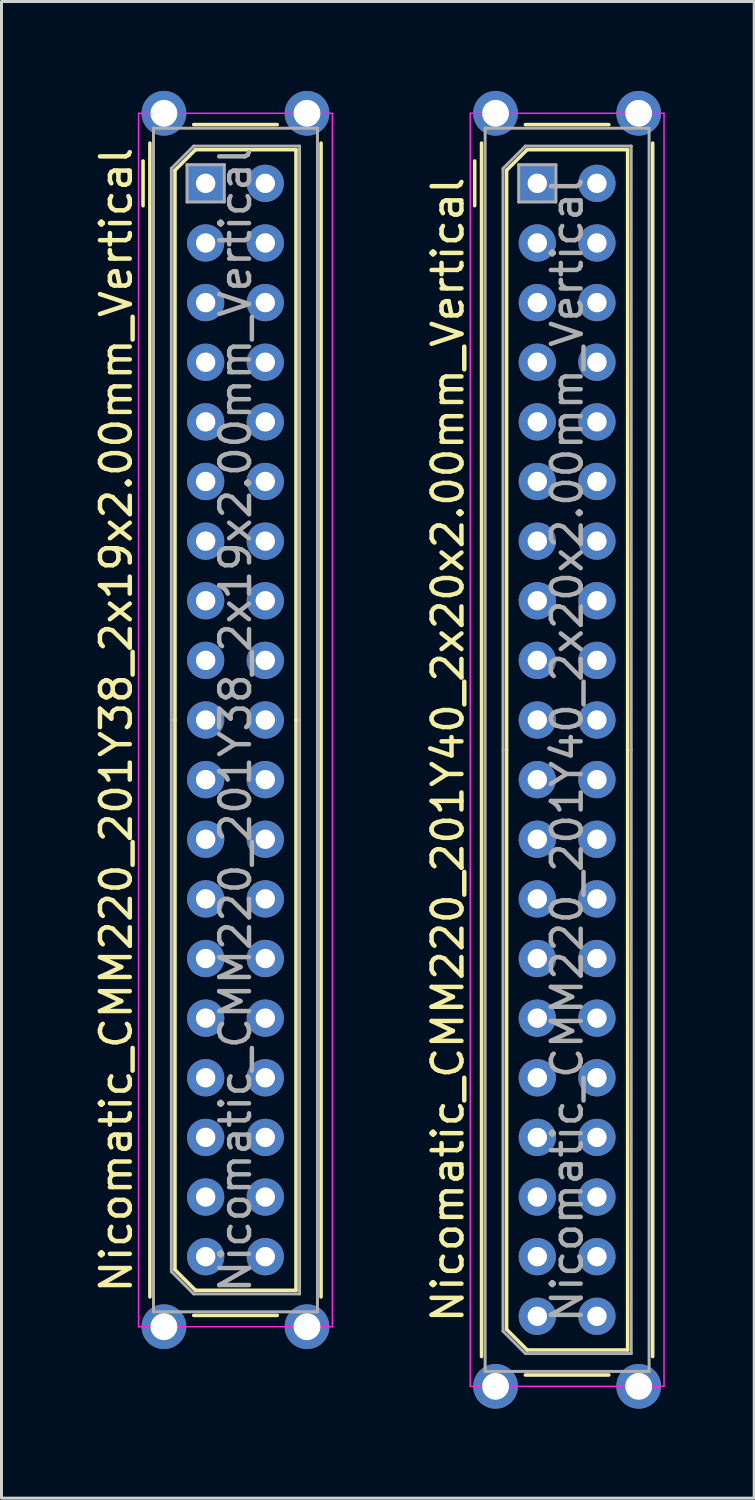
<source format=kicad_pcb>
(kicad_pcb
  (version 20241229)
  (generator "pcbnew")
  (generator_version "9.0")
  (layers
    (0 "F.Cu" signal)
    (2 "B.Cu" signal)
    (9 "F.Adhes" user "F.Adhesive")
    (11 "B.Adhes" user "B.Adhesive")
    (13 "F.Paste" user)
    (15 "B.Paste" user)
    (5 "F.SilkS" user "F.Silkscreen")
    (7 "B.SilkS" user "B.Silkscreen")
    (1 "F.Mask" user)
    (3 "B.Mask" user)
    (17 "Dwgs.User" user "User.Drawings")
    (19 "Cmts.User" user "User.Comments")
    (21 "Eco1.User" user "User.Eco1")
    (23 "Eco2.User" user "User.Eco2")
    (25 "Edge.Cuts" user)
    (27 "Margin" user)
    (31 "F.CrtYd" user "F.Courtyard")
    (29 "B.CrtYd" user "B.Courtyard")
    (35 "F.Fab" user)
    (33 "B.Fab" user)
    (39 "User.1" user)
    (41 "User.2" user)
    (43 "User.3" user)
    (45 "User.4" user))
  (footprint "Nicomatic_CMM220_201Y40_2x20x2.00mm_Vertical"
    (layer "F.Cu")
    (at 14.972 3.1)
    (property "Reference" "Nicomatic_CMM220_201Y40_2x20x2.00mm_Vertical" (at -3 19 90) (layer "F.SilkS") (effects (font (size 1 1) (thickness 0.15))))
    (attr through_hole)
    (fp_line (start -2.1 -0.75) (end -2.1 0.75) (stroke (width 0.12) (type solid)) (layer "F.SilkS"))
    (fp_line (start -1.87 39.35) (end -1.87 -1.35) (stroke (width 0.12) (type solid)) (layer "F.SilkS"))
    (fp_line (start -1.03 -0.44) (end -0.34 -1.13) (stroke (width 0.12) (type solid)) (layer "F.SilkS"))
    (fp_line (start -1.03 19) (end -1.03 -0.44) (stroke (width 0.12) (type solid)) (layer "F.SilkS"))
    (fp_line (start -1.03 19) (end -1.03 38.44) (stroke (width 0.12) (type solid)) (layer "F.SilkS"))
    (fp_line (start -1.03 38.44) (end -0.34 39.13) (stroke (width 0.12) (type solid)) (layer "F.SilkS"))
    (fp_line (start -0.4 -1.97) (end 2.4 -1.97) (stroke (width 0.12) (type solid)) (layer "F.SilkS"))
    (fp_line (start -0.4 39.97) (end 2.4 39.97) (stroke (width 0.12) (type solid)) (layer "F.SilkS"))
    (fp_line (start -0.34 -1.13) (end 3.03 -1.13) (stroke (width 0.12) (type solid)) (layer "F.SilkS"))
    (fp_line (start -0.34 39.13) (end 3.03 39.13) (stroke (width 0.12) (type solid)) (layer "F.SilkS"))
    (fp_line (start 3.03 -1.13) (end 3.03 19) (stroke (width 0.12) (type solid)) (layer "F.SilkS"))
    (fp_line (start 3.03 39.13) (end 3.03 19) (stroke (width 0.12) (type solid)) (layer "F.SilkS"))
    (fp_line (start 3.87 39.35) (end 3.87 -1.35) (stroke (width 0.12) (type solid)) (layer "F.SilkS"))
    (fp_line (start -2.25 -2.35) (end -2.25 40.35) (stroke (width 0.05) (type solid)) (layer "F.CrtYd"))
    (fp_line (start -2.25 40.35) (end 4.25 40.35) (stroke (width 0.05) (type solid)) (layer "F.CrtYd"))
    (fp_line (start 4.25 -2.35) (end -2.25 -2.35) (stroke (width 0.05) (type solid)) (layer "F.CrtYd"))
    (fp_line (start 4.25 40.35) (end 4.25 -2.35) (stroke (width 0.05) (type solid)) (layer "F.CrtYd"))
    (fp_line (start -1.75 -1.85) (end -1.75 39.85) (stroke (width 0.1) (type solid)) (layer "F.Fab"))
    (fp_line (start -1.75 39.85) (end 3.75 39.85) (stroke (width 0.1) (type solid)) (layer "F.Fab"))
    (fp_line (start -1.15 -0.5) (end -0.4 -1.25) (stroke (width 0.1) (type solid)) (layer "F.Fab"))
    (fp_line (start -1.15 19) (end -1.15 -0.5) (stroke (width 0.1) (type solid)) (layer "F.Fab"))
    (fp_line (start -1.15 19) (end -1.15 38.5) (stroke (width 0.1) (type solid)) (layer "F.Fab"))
    (fp_line (start -1.15 38.5) (end -0.4 39.25) (stroke (width 0.1) (type solid)) (layer "F.Fab"))
    (fp_line (start -0.625 -0.625) (end -0.625 0.625) (stroke (width 0.1) (type solid)) (layer "F.Fab"))
    (fp_line (start -0.625 0.625) (end 0.625 0.625) (stroke (width 0.1) (type solid)) (layer "F.Fab"))
    (fp_line (start -0.4 -1.25) (end 3.15 -1.25) (stroke (width 0.1) (type solid)) (layer "F.Fab"))
    (fp_line (start -0.4 39.25) (end 3.15 39.25) (stroke (width 0.1) (type solid)) (layer "F.Fab"))
    (fp_line (start 0.625 -0.625) (end -0.625 -0.625) (stroke (width 0.1) (type solid)) (layer "F.Fab"))
    (fp_line (start 0.625 0.625) (end 0.625 -0.625) (stroke (width 0.1) (type solid)) (layer "F.Fab"))
    (fp_line (start 3.15 -1.25) (end 3.15 19) (stroke (width 0.1) (type solid)) (layer "F.Fab"))
    (fp_line (start 3.15 39.25) (end 3.15 19) (stroke (width 0.1) (type solid)) (layer "F.Fab"))
    (fp_line (start 3.75 -1.85) (end -1.75 -1.85) (stroke (width 0.1) (type solid)) (layer "F.Fab"))
    (fp_line (start 3.75 39.85) (end 3.75 -1.85) (stroke (width 0.1) (type solid)) (layer "F.Fab"))
    (fp_text user "${REFERENCE}" (at 1 19 90) (layer "F.Fab") (effects (font (size 1 1) (thickness 0.15))))
    (pad "" thru_hole circle (at -1.4 -2.35) (size 1.5 1.5) (drill 0.9) (layers "*.Cu" "*.Mask"))
    (pad "" thru_hole circle (at -1.4 40.35) (size 1.5 1.5) (drill 0.9) (layers "*.Cu" "*.Mask"))
    (pad "" thru_hole circle (at 3.4 -2.35) (size 1.5 1.5) (drill 0.9) (layers "*.Cu" "*.Mask"))
    (pad "" thru_hole circle (at 3.4 40.35) (size 1.5 1.5) (drill 0.9) (layers "*.Cu" "*.Mask"))
    (pad "1" thru_hole rect (at 0 0) (size 1.25 1.25) (drill 0.65) (layers "*.Cu" "*.Mask"))
    (pad "2" thru_hole oval (at 0 2) (size 1.25 1.25) (drill 0.65) (layers "*.Cu" "*.Mask"))
    (pad "3" thru_hole oval (at 0 4) (size 1.25 1.25) (drill 0.65) (layers "*.Cu" "*.Mask"))
    (pad "4" thru_hole oval (at 0 6) (size 1.25 1.25) (drill 0.65) (layers "*.Cu" "*.Mask"))
    (pad "5" thru_hole oval (at 0 8) (size 1.25 1.25) (drill 0.65) (layers "*.Cu" "*.Mask"))
    (pad "6" thru_hole oval (at 0 10) (size 1.25 1.25) (drill 0.65) (layers "*.Cu" "*.Mask"))
    (pad "7" thru_hole oval (at 0 12) (size 1.25 1.25) (drill 0.65) (layers "*.Cu" "*.Mask"))
    (pad "8" thru_hole oval (at 0 14) (size 1.25 1.25) (drill 0.65) (layers "*.Cu" "*.Mask"))
    (pad "9" thru_hole oval (at 0 16) (size 1.25 1.25) (drill 0.65) (layers "*.Cu" "*.Mask"))
    (pad "10" thru_hole oval (at 0 18) (size 1.25 1.25) (drill 0.65) (layers "*.Cu" "*.Mask"))
    (pad "11" thru_hole oval (at 0 20) (size 1.25 1.25) (drill 0.65) (layers "*.Cu" "*.Mask"))
    (pad "12" thru_hole oval (at 0 22) (size 1.25 1.25) (drill 0.65) (layers "*.Cu" "*.Mask"))
    (pad "13" thru_hole oval (at 0 24) (size 1.25 1.25) (drill 0.65) (layers "*.Cu" "*.Mask"))
    (pad "14" thru_hole oval (at 0 26) (size 1.25 1.25) (drill 0.65) (layers "*.Cu" "*.Mask"))
    (pad "15" thru_hole oval (at 0 28) (size 1.25 1.25) (drill 0.65) (layers "*.Cu" "*.Mask"))
    (pad "16" thru_hole oval (at 0 30) (size 1.25 1.25) (drill 0.65) (layers "*.Cu" "*.Mask"))
    (pad "17" thru_hole oval (at 0 32) (size 1.25 1.25) (drill 0.65) (layers "*.Cu" "*.Mask"))
    (pad "18" thru_hole oval (at 0 34) (size 1.25 1.25) (drill 0.65) (layers "*.Cu" "*.Mask"))
    (pad "19" thru_hole oval (at 0 36) (size 1.25 1.25) (drill 0.65) (layers "*.Cu" "*.Mask"))
    (pad "20" thru_hole oval (at 0 38) (size 1.25 1.25) (drill 0.65) (layers "*.Cu" "*.Mask"))
    (pad "21" thru_hole oval (at 2 0) (size 1.25 1.25) (drill 0.65) (layers "*.Cu" "*.Mask"))
    (pad "22" thru_hole oval (at 2 2) (size 1.25 1.25) (drill 0.65) (layers "*.Cu" "*.Mask"))
    (pad "23" thru_hole oval (at 2 4) (size 1.25 1.25) (drill 0.65) (layers "*.Cu" "*.Mask"))
    (pad "24" thru_hole oval (at 2 6) (size 1.25 1.25) (drill 0.65) (layers "*.Cu" "*.Mask"))
    (pad "25" thru_hole oval (at 2 8) (size 1.25 1.25) (drill 0.65) (layers "*.Cu" "*.Mask"))
    (pad "26" thru_hole oval (at 2 10) (size 1.25 1.25) (drill 0.65) (layers "*.Cu" "*.Mask"))
    (pad "27" thru_hole oval (at 2 12) (size 1.25 1.25) (drill 0.65) (layers "*.Cu" "*.Mask"))
    (pad "28" thru_hole oval (at 2 14) (size 1.25 1.25) (drill 0.65) (layers "*.Cu" "*.Mask"))
    (pad "29" thru_hole oval (at 2 16) (size 1.25 1.25) (drill 0.65) (layers "*.Cu" "*.Mask"))
    (pad "30" thru_hole oval (at 2 18) (size 1.25 1.25) (drill 0.65) (layers "*.Cu" "*.Mask"))
    (pad "31" thru_hole oval (at 2 20) (size 1.25 1.25) (drill 0.65) (layers "*.Cu" "*.Mask"))
    (pad "32" thru_hole oval (at 2 22) (size 1.25 1.25) (drill 0.65) (layers "*.Cu" "*.Mask"))
    (pad "33" thru_hole oval (at 2 24) (size 1.25 1.25) (drill 0.65) (layers "*.Cu" "*.Mask"))
    (pad "34" thru_hole oval (at 2 26) (size 1.25 1.25) (drill 0.65) (layers "*.Cu" "*.Mask"))
    (pad "35" thru_hole oval (at 2 28) (size 1.25 1.25) (drill 0.65) (layers "*.Cu" "*.Mask"))
    (pad "36" thru_hole oval (at 2 30) (size 1.25 1.25) (drill 0.65) (layers "*.Cu" "*.Mask"))
    (pad "37" thru_hole oval (at 2 32) (size 1.25 1.25) (drill 0.65) (layers "*.Cu" "*.Mask"))
    (pad "38" thru_hole oval (at 2 34) (size 1.25 1.25) (drill 0.65) (layers "*.Cu" "*.Mask"))
    (pad "39" thru_hole oval (at 2 36) (size 1.25 1.25) (drill 0.65) (layers "*.Cu" "*.Mask"))
    (pad "40" thru_hole oval (at 2 38) (size 1.25 1.25) (drill 0.65) (layers "*.Cu" "*.Mask")))
  (footprint "Nicomatic_CMM220_201Y38_2x19x2.00mm_Vertical"
    (layer "F.Cu")
    (at 3.848 3.1)
    (property "Reference" "Nicomatic_CMM220_201Y38_2x19x2.00mm_Vertical" (at -3 18 90) (layer "F.SilkS") (effects (font (size 1 1) (thickness 0.15))))
    (attr through_hole)
    (fp_line (start -2.1 -0.75) (end -2.1 0.75) (stroke (width 0.12) (type solid)) (layer "F.SilkS"))
    (fp_line (start -1.87 37.35) (end -1.87 -1.35) (stroke (width 0.12) (type solid)) (layer "F.SilkS"))
    (fp_line (start -1.03 -0.44) (end -0.34 -1.13) (stroke (width 0.12) (type solid)) (layer "F.SilkS"))
    (fp_line (start -1.03 18) (end -1.03 -0.44) (stroke (width 0.12) (type solid)) (layer "F.SilkS"))
    (fp_line (start -1.03 18) (end -1.03 36.44) (stroke (width 0.12) (type solid)) (layer "F.SilkS"))
    (fp_line (start -1.03 36.44) (end -0.34 37.13) (stroke (width 0.12) (type solid)) (layer "F.SilkS"))
    (fp_line (start -0.4 -1.97) (end 2.4 -1.97) (stroke (width 0.12) (type solid)) (layer "F.SilkS"))
    (fp_line (start -0.4 37.97) (end 2.4 37.97) (stroke (width 0.12) (type solid)) (layer "F.SilkS"))
    (fp_line (start -0.34 -1.13) (end 3.03 -1.13) (stroke (width 0.12) (type solid)) (layer "F.SilkS"))
    (fp_line (start -0.34 37.13) (end 3.03 37.13) (stroke (width 0.12) (type solid)) (layer "F.SilkS"))
    (fp_line (start 3.03 -1.13) (end 3.03 18) (stroke (width 0.12) (type solid)) (layer "F.SilkS"))
    (fp_line (start 3.03 37.13) (end 3.03 18) (stroke (width 0.12) (type solid)) (layer "F.SilkS"))
    (fp_line (start 3.87 37.35) (end 3.87 -1.35) (stroke (width 0.12) (type solid)) (layer "F.SilkS"))
    (fp_line (start -2.25 -2.35) (end -2.25 38.35) (stroke (width 0.05) (type solid)) (layer "F.CrtYd"))
    (fp_line (start -2.25 38.35) (end 4.25 38.35) (stroke (width 0.05) (type solid)) (layer "F.CrtYd"))
    (fp_line (start 4.25 -2.35) (end -2.25 -2.35) (stroke (width 0.05) (type solid)) (layer "F.CrtYd"))
    (fp_line (start 4.25 38.35) (end 4.25 -2.35) (stroke (width 0.05) (type solid)) (layer "F.CrtYd"))
    (fp_line (start -1.75 -1.85) (end -1.75 37.85) (stroke (width 0.1) (type solid)) (layer "F.Fab"))
    (fp_line (start -1.75 37.85) (end 3.75 37.85) (stroke (width 0.1) (type solid)) (layer "F.Fab"))
    (fp_line (start -1.15 -0.5) (end -0.4 -1.25) (stroke (width 0.1) (type solid)) (layer "F.Fab"))
    (fp_line (start -1.15 18) (end -1.15 -0.5) (stroke (width 0.1) (type solid)) (layer "F.Fab"))
    (fp_line (start -1.15 18) (end -1.15 36.5) (stroke (width 0.1) (type solid)) (layer "F.Fab"))
    (fp_line (start -1.15 36.5) (end -0.4 37.25) (stroke (width 0.1) (type solid)) (layer "F.Fab"))
    (fp_line (start -0.625 -0.625) (end -0.625 0.625) (stroke (width 0.1) (type solid)) (layer "F.Fab"))
    (fp_line (start -0.625 0.625) (end 0.625 0.625) (stroke (width 0.1) (type solid)) (layer "F.Fab"))
    (fp_line (start -0.4 -1.25) (end 3.15 -1.25) (stroke (width 0.1) (type solid)) (layer "F.Fab"))
    (fp_line (start -0.4 37.25) (end 3.15 37.25) (stroke (width 0.1) (type solid)) (layer "F.Fab"))
    (fp_line (start 0.625 -0.625) (end -0.625 -0.625) (stroke (width 0.1) (type solid)) (layer "F.Fab"))
    (fp_line (start 0.625 0.625) (end 0.625 -0.625) (stroke (width 0.1) (type solid)) (layer "F.Fab"))
    (fp_line (start 3.15 -1.25) (end 3.15 18) (stroke (width 0.1) (type solid)) (layer "F.Fab"))
    (fp_line (start 3.15 37.25) (end 3.15 18) (stroke (width 0.1) (type solid)) (layer "F.Fab"))
    (fp_line (start 3.75 -1.85) (end -1.75 -1.85) (stroke (width 0.1) (type solid)) (layer "F.Fab"))
    (fp_line (start 3.75 37.85) (end 3.75 -1.85) (stroke (width 0.1) (type solid)) (layer "F.Fab"))
    (fp_text user "${REFERENCE}" (at 1 18 90) (layer "F.Fab") (effects (font (size 1 1) (thickness 0.15))))
    (pad "" thru_hole circle (at -1.4 -2.35) (size 1.5 1.5) (drill 0.9) (layers "*.Cu" "*.Mask"))
    (pad "" thru_hole circle (at -1.4 38.35) (size 1.5 1.5) (drill 0.9) (layers "*.Cu" "*.Mask"))
    (pad "" thru_hole circle (at 3.4 -2.35) (size 1.5 1.5) (drill 0.9) (layers "*.Cu" "*.Mask"))
    (pad "" thru_hole circle (at 3.4 38.35) (size 1.5 1.5) (drill 0.9) (layers "*.Cu" "*.Mask"))
    (pad "1" thru_hole rect (at 0 0) (size 1.25 1.25) (drill 0.65) (layers "*.Cu" "*.Mask"))
    (pad "2" thru_hole oval (at 0 2) (size 1.25 1.25) (drill 0.65) (layers "*.Cu" "*.Mask"))
    (pad "3" thru_hole oval (at 0 4) (size 1.25 1.25) (drill 0.65) (layers "*.Cu" "*.Mask"))
    (pad "4" thru_hole oval (at 0 6) (size 1.25 1.25) (drill 0.65) (layers "*.Cu" "*.Mask"))
    (pad "5" thru_hole oval (at 0 8) (size 1.25 1.25) (drill 0.65) (layers "*.Cu" "*.Mask"))
    (pad "6" thru_hole oval (at 0 10) (size 1.25 1.25) (drill 0.65) (layers "*.Cu" "*.Mask"))
    (pad "7" thru_hole oval (at 0 12) (size 1.25 1.25) (drill 0.65) (layers "*.Cu" "*.Mask"))
    (pad "8" thru_hole oval (at 0 14) (size 1.25 1.25) (drill 0.65) (layers "*.Cu" "*.Mask"))
    (pad "9" thru_hole oval (at 0 16) (size 1.25 1.25) (drill 0.65) (layers "*.Cu" "*.Mask"))
    (pad "10" thru_hole oval (at 0 18) (size 1.25 1.25) (drill 0.65) (layers "*.Cu" "*.Mask"))
    (pad "11" thru_hole oval (at 0 20) (size 1.25 1.25) (drill 0.65) (layers "*.Cu" "*.Mask"))
    (pad "12" thru_hole oval (at 0 22) (size 1.25 1.25) (drill 0.65) (layers "*.Cu" "*.Mask"))
    (pad "13" thru_hole oval (at 0 24) (size 1.25 1.25) (drill 0.65) (layers "*.Cu" "*.Mask"))
    (pad "14" thru_hole oval (at 0 26) (size 1.25 1.25) (drill 0.65) (layers "*.Cu" "*.Mask"))
    (pad "15" thru_hole oval (at 0 28) (size 1.25 1.25) (drill 0.65) (layers "*.Cu" "*.Mask"))
    (pad "16" thru_hole oval (at 0 30) (size 1.25 1.25) (drill 0.65) (layers "*.Cu" "*.Mask"))
    (pad "17" thru_hole oval (at 0 32) (size 1.25 1.25) (drill 0.65) (layers "*.Cu" "*.Mask"))
    (pad "18" thru_hole oval (at 0 34) (size 1.25 1.25) (drill 0.65) (layers "*.Cu" "*.Mask"))
    (pad "19" thru_hole oval (at 0 36) (size 1.25 1.25) (drill 0.65) (layers "*.Cu" "*.Mask"))
    (pad "20" thru_hole oval (at 2 0) (size 1.25 1.25) (drill 0.65) (layers "*.Cu" "*.Mask"))
    (pad "21" thru_hole oval (at 2 2) (size 1.25 1.25) (drill 0.65) (layers "*.Cu" "*.Mask"))
    (pad "22" thru_hole oval (at 2 4) (size 1.25 1.25) (drill 0.65) (layers "*.Cu" "*.Mask"))
    (pad "23" thru_hole oval (at 2 6) (size 1.25 1.25) (drill 0.65) (layers "*.Cu" "*.Mask"))
    (pad "24" thru_hole oval (at 2 8) (size 1.25 1.25) (drill 0.65) (layers "*.Cu" "*.Mask"))
    (pad "25" thru_hole oval (at 2 10) (size 1.25 1.25) (drill 0.65) (layers "*.Cu" "*.Mask"))
    (pad "26" thru_hole oval (at 2 12) (size 1.25 1.25) (drill 0.65) (layers "*.Cu" "*.Mask"))
    (pad "27" thru_hole oval (at 2 14) (size 1.25 1.25) (drill 0.65) (layers "*.Cu" "*.Mask"))
    (pad "28" thru_hole oval (at 2 16) (size 1.25 1.25) (drill 0.65) (layers "*.Cu" "*.Mask"))
    (pad "29" thru_hole oval (at 2 18) (size 1.25 1.25) (drill 0.65) (layers "*.Cu" "*.Mask"))
    (pad "30" thru_hole oval (at 2 20) (size 1.25 1.25) (drill 0.65) (layers "*.Cu" "*.Mask"))
    (pad "31" thru_hole oval (at 2 22) (size 1.25 1.25) (drill 0.65) (layers "*.Cu" "*.Mask"))
    (pad "32" thru_hole oval (at 2 24) (size 1.25 1.25) (drill 0.65) (layers "*.Cu" "*.Mask"))
    (pad "33" thru_hole oval (at 2 26) (size 1.25 1.25) (drill 0.65) (layers "*.Cu" "*.Mask"))
    (pad "34" thru_hole oval (at 2 28) (size 1.25 1.25) (drill 0.65) (layers "*.Cu" "*.Mask"))
    (pad "35" thru_hole oval (at 2 30) (size 1.25 1.25) (drill 0.65) (layers "*.Cu" "*.Mask"))
    (pad "36" thru_hole oval (at 2 32) (size 1.25 1.25) (drill 0.65) (layers "*.Cu" "*.Mask"))
    (pad "37" thru_hole oval (at 2 34) (size 1.25 1.25) (drill 0.65) (layers "*.Cu" "*.Mask"))
    (pad "38" thru_hole oval (at 2 36) (size 1.25 1.25) (drill 0.65) (layers "*.Cu" "*.Mask")))
  (gr_rect
    (start -3 -3)
    (end 22.247 47.2)
    (stroke (width 0.1) (type default))
    (fill no)
    (layer "Edge.Cuts")))
</source>
